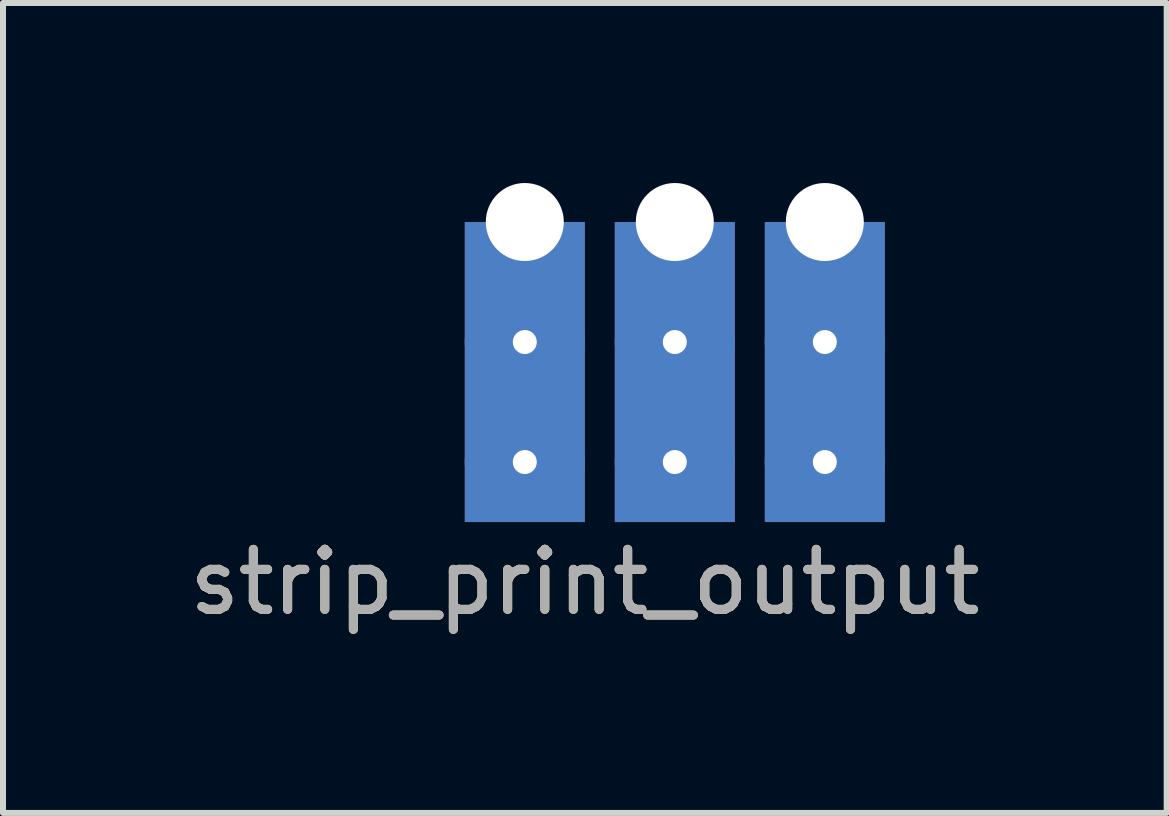
<source format=kicad_pcb>
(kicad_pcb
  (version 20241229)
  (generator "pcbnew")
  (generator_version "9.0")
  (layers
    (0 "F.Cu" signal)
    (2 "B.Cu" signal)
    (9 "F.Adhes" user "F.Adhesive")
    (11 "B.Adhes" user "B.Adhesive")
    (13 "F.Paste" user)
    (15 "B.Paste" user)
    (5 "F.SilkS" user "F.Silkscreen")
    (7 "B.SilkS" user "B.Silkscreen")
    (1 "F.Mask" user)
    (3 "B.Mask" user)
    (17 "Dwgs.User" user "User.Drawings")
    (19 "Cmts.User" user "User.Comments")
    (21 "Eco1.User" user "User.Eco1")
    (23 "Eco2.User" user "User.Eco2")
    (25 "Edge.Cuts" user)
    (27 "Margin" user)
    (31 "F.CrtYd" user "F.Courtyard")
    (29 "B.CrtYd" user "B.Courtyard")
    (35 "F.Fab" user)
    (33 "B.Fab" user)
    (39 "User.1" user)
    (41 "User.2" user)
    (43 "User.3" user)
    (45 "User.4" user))
  (footprint "strip_print_output"
    (layer "F.Cu")
    (at 8.196 0.65)
    (property "Reference" "strip_print_output" (at -1.5 6 0) (unlocked yes) (layer "F.SilkS") (effects (font (size 1 1) (thickness 0.15))))
    (attr through_hole)
    (fp_text user "${REFERENCE}" (at -1.5 6 0) (unlocked yes) (layer "F.Fab") (effects (font (size 1 1) (thickness 0.15))))
    (pad "1" thru_hole rect (at 2.5 0) (size 2 5) (drill 1.3 (offset 0 2.5)) (layers "*.Cu" "*.Mask"))
    (pad "1" thru_hole circle (at 2.5 2) (size 2 2) (drill 0.4) (layers "*.Cu" "*.Mask"))
    (pad "1" thru_hole circle (at 2.5 4) (size 2 2) (drill 0.4) (layers "*.Cu" "*.Mask"))
    (pad "2" thru_hole rect (at 0 0) (size 2 5) (drill 1.3 (offset 0 2.5)) (layers "*.Cu" "*.Mask"))
    (pad "2" thru_hole circle (at 0 2) (size 2 2) (drill 0.4) (layers "*.Cu" "*.Mask"))
    (pad "2" thru_hole circle (at 0 4) (size 2 2) (drill 0.4) (layers "*.Cu" "*.Mask"))
    (pad "3" thru_hole rect (at -2.5 0) (size 2 5) (drill 1.3 (offset 0 2.5)) (layers "*.Cu" "*.Mask"))
    (pad "3" thru_hole circle (at -2.5 2) (size 2 2) (drill 0.4) (layers "*.Cu" "*.Mask"))
    (pad "3" thru_hole circle (at -2.5 4) (size 2 2) (drill 0.4) (layers "*.Cu" "*.Mask")))
  (gr_rect
    (start -3 -3)
    (end 16.393 10.498)
    (stroke (width 0.1) (type default))
    (fill no)
    (layer "Edge.Cuts")))
</source>
